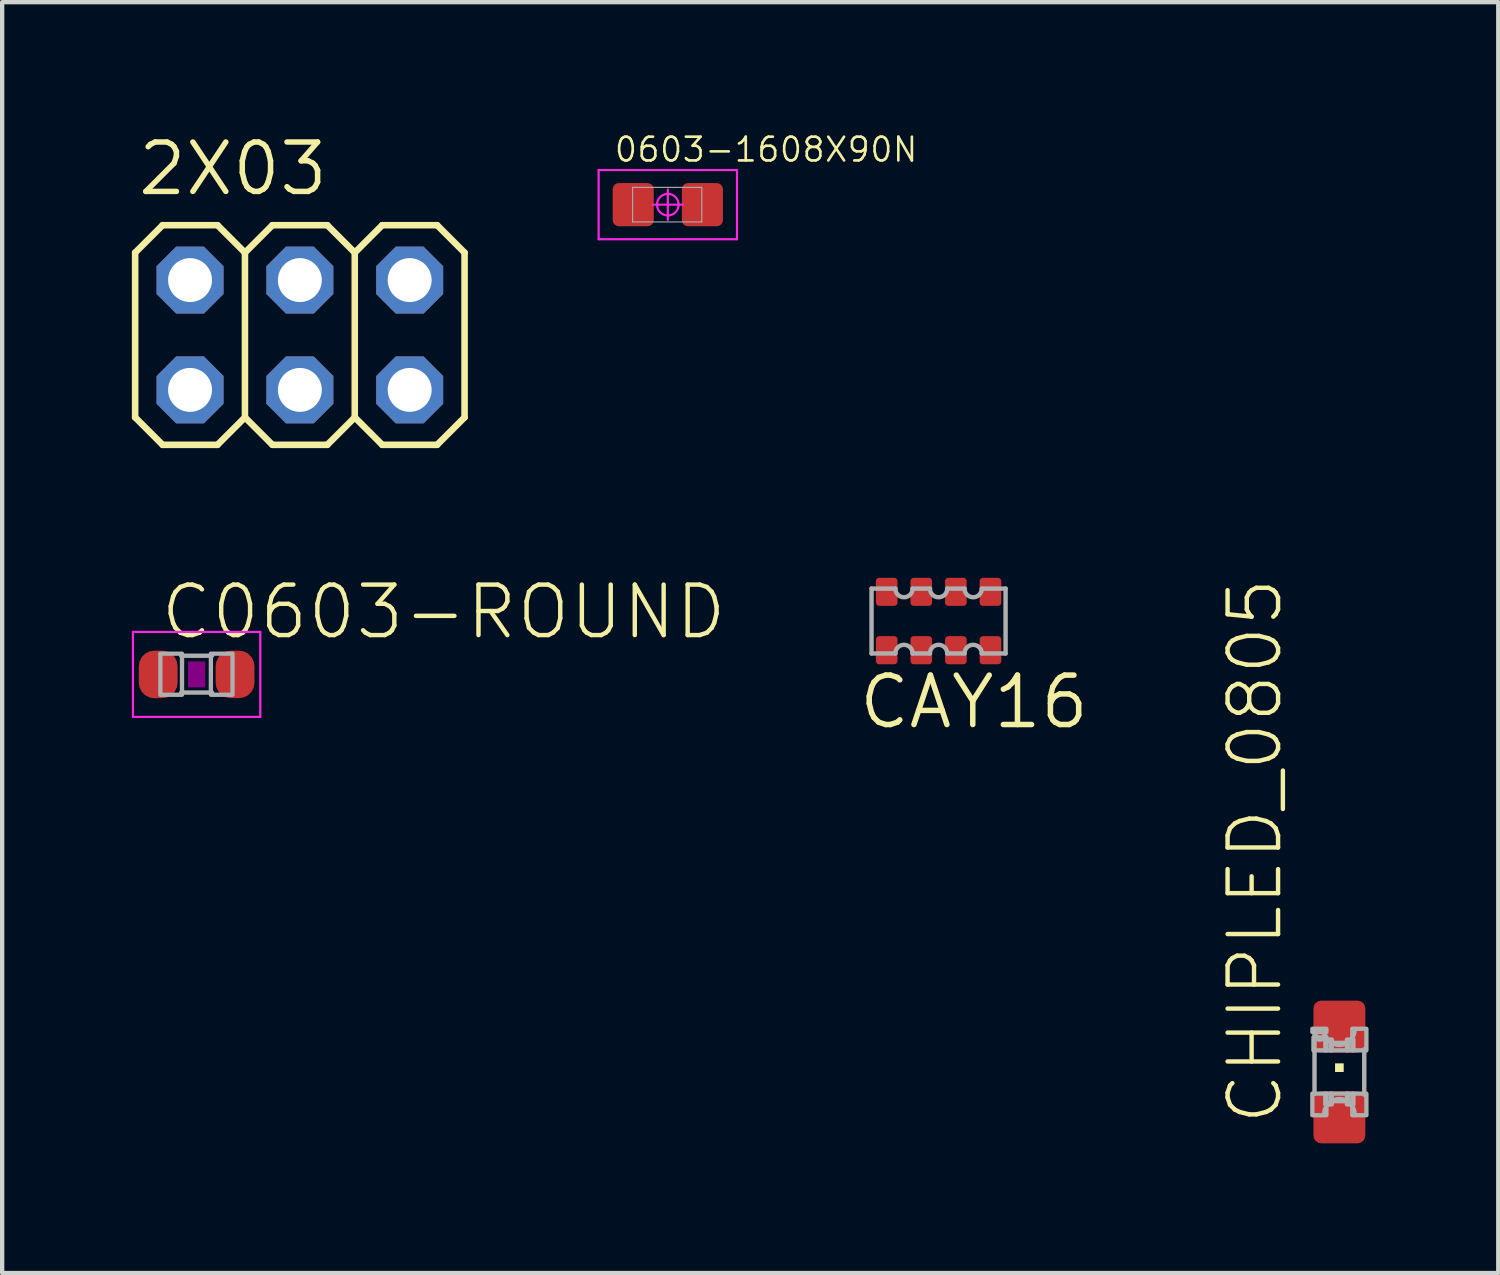
<source format=kicad_pcb>
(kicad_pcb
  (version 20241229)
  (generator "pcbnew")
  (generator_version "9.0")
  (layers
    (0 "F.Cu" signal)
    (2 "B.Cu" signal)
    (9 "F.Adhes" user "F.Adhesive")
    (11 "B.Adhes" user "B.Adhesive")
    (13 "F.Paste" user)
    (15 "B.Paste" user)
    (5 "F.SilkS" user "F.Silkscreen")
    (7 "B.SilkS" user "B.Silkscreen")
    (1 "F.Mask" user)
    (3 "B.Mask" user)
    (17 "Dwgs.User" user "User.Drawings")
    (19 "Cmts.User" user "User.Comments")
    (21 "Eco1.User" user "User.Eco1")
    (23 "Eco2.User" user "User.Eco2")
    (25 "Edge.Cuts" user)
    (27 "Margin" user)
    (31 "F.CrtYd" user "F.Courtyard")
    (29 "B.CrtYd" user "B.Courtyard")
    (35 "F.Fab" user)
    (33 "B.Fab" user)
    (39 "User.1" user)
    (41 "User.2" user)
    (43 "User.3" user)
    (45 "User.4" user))
  (footprint "2X03"
    (layer "F.Cu")
    (at 3.886 4.699)
    (property "Reference" "2X03" (at -3.81 -3.175 0) (layer "F.SilkS") (effects (font (size 1.143 1.143) (thickness 0.127)) (justify left bottom)))
    (fp_line (start -3.81 -1.905) (end -3.175 -2.54) (stroke (width 0.152) (type solid)) (layer "F.SilkS"))
    (fp_line (start -3.81 1.905) (end -3.81 -1.905) (stroke (width 0.152) (type solid)) (layer "F.SilkS"))
    (fp_line (start -3.81 1.905) (end -3.175 2.54) (stroke (width 0.152) (type solid)) (layer "F.SilkS"))
    (fp_line (start -3.175 -2.54) (end -1.905 -2.54) (stroke (width 0.152) (type solid)) (layer "F.SilkS"))
    (fp_line (start -3.175 2.54) (end -1.905 2.54) (stroke (width 0.152) (type solid)) (layer "F.SilkS"))
    (fp_line (start -1.905 -2.54) (end -1.27 -1.905) (stroke (width 0.152) (type solid)) (layer "F.SilkS"))
    (fp_line (start -1.905 2.54) (end -1.27 1.905) (stroke (width 0.152) (type solid)) (layer "F.SilkS"))
    (fp_line (start -1.27 -1.905) (end -1.27 1.905) (stroke (width 0.152) (type solid)) (layer "F.SilkS"))
    (fp_line (start -1.27 -1.905) (end -0.635 -2.54) (stroke (width 0.152) (type solid)) (layer "F.SilkS"))
    (fp_line (start -1.27 1.905) (end -0.635 2.54) (stroke (width 0.152) (type solid)) (layer "F.SilkS"))
    (fp_line (start -0.635 -2.54) (end 0.635 -2.54) (stroke (width 0.152) (type solid)) (layer "F.SilkS"))
    (fp_line (start -0.635 2.54) (end 0.635 2.54) (stroke (width 0.152) (type solid)) (layer "F.SilkS"))
    (fp_line (start 0.635 -2.54) (end 1.27 -1.905) (stroke (width 0.152) (type solid)) (layer "F.SilkS"))
    (fp_line (start 0.635 2.54) (end 1.27 1.905) (stroke (width 0.152) (type solid)) (layer "F.SilkS"))
    (fp_line (start 1.27 -1.905) (end 1.27 1.905) (stroke (width 0.152) (type solid)) (layer "F.SilkS"))
    (fp_line (start 1.27 -1.905) (end 1.905 -2.54) (stroke (width 0.152) (type solid)) (layer "F.SilkS"))
    (fp_line (start 1.27 1.905) (end 1.905 2.54) (stroke (width 0.152) (type solid)) (layer "F.SilkS"))
    (fp_line (start 1.905 -2.54) (end 3.175 -2.54) (stroke (width 0.152) (type solid)) (layer "F.SilkS"))
    (fp_line (start 1.905 2.54) (end 3.175 2.54) (stroke (width 0.152) (type solid)) (layer "F.SilkS"))
    (fp_line (start 3.175 -2.54) (end 3.81 -1.905) (stroke (width 0.152) (type solid)) (layer "F.SilkS"))
    (fp_line (start 3.175 2.54) (end 3.81 1.905) (stroke (width 0.152) (type solid)) (layer "F.SilkS"))
    (fp_line (start 3.81 -1.905) (end 3.81 1.905) (stroke (width 0.152) (type solid)) (layer "F.SilkS"))
    (fp_poly (pts (xy -2.794 -1.016) (xy -2.286 -1.016) (xy -2.286 -1.524) (xy -2.794 -1.524)) (stroke (width 0.1) (type solid)) (fill no) (layer "F.Fab"))
    (fp_poly (pts (xy -2.794 1.524) (xy -2.286 1.524) (xy -2.286 1.016) (xy -2.794 1.016)) (stroke (width 0.1) (type solid)) (fill no) (layer "F.Fab"))
    (fp_poly (pts (xy -0.254 -1.016) (xy 0.254 -1.016) (xy 0.254 -1.524) (xy -0.254 -1.524)) (stroke (width 0.1) (type solid)) (fill no) (layer "F.Fab"))
    (fp_poly (pts (xy -0.254 1.524) (xy 0.254 1.524) (xy 0.254 1.016) (xy -0.254 1.016)) (stroke (width 0.1) (type solid)) (fill no) (layer "F.Fab"))
    (fp_poly (pts (xy 2.286 -1.016) (xy 2.794 -1.016) (xy 2.794 -1.524) (xy 2.286 -1.524)) (stroke (width 0.1) (type solid)) (fill no) (layer "F.Fab"))
    (fp_poly (pts (xy 2.286 1.524) (xy 2.794 1.524) (xy 2.794 1.016) (xy 2.286 1.016)) (stroke (width 0.1) (type solid)) (fill no) (layer "F.Fab"))
    (pad "1" thru_hole roundrect (at -2.54 1.27) (size 1.55 1.55) (drill 1.016) (layers "*.Cu" "*.Mask") (roundrect_rratio 0.25) (chamfer_ratio 0.293) (chamfer top_left top_right bottom_left bottom_right))
    (pad "2" thru_hole roundrect (at -2.54 -1.27) (size 1.55 1.55) (drill 1.016) (layers "*.Cu" "*.Mask") (roundrect_rratio 0.25) (chamfer_ratio 0.293) (chamfer top_left top_right bottom_left bottom_right))
    (pad "3" thru_hole roundrect (at 0 1.27) (size 1.55 1.55) (drill 1.016) (layers "*.Cu" "*.Mask") (roundrect_rratio 0.25) (chamfer_ratio 0.293) (chamfer top_left top_right bottom_left bottom_right))
    (pad "4" thru_hole roundrect (at 0 -1.27) (size 1.55 1.55) (drill 1.016) (layers "*.Cu" "*.Mask") (roundrect_rratio 0.25) (chamfer_ratio 0.293) (chamfer top_left top_right bottom_left bottom_right))
    (pad "5" thru_hole roundrect (at 2.54 1.27) (size 1.55 1.55) (drill 1.016) (layers "*.Cu" "*.Mask") (roundrect_rratio 0.25) (chamfer_ratio 0.293) (chamfer top_left top_right bottom_left bottom_right))
    (pad "6" thru_hole roundrect (at 2.54 -1.27) (size 1.55 1.55) (drill 1.016) (layers "*.Cu" "*.Mask") (roundrect_rratio 0.25) (chamfer_ratio 0.293) (chamfer top_left top_right bottom_left bottom_right)))
  (footprint "0603-1608X90N"
    (layer "F.Cu")
    (at 12.397 1.684)
    (property "Reference" "0603-1608X90N" (at -1.27 -0.953 0) (layer "F.SilkS") (effects (font (size 0.549 0.549) (thickness 0.061)) (justify left bottom)))
    (fp_line (start -1.6 -0.8) (end -1.6 0.8) (stroke (width 0.05) (type solid)) (layer "F.CrtYd"))
    (fp_line (start -1.6 0.8) (end 1.6 0.8) (stroke (width 0.05) (type solid)) (layer "F.CrtYd"))
    (fp_line (start -0.35 0) (end 0.35 0) (stroke (width 0.05) (type solid)) (layer "F.CrtYd"))
    (fp_line (start 0 0.35) (end 0 -0.35) (stroke (width 0.05) (type solid)) (layer "F.CrtYd"))
    (fp_line (start 1.6 -0.8) (end -1.6 -0.8) (stroke (width 0.05) (type solid)) (layer "F.CrtYd"))
    (fp_line (start 1.6 0.8) (end 1.6 -0.8) (stroke (width 0.05) (type solid)) (layer "F.CrtYd"))
    (fp_circle (center 0 0) (end 0.25 0) (stroke (width 0.05) (type solid)) (fill no) (layer "F.CrtYd"))
    (fp_line (start -0.814 -0.4) (end -0.814 0.4) (stroke (width 0.025) (type solid)) (layer "F.Fab"))
    (fp_line (start -0.814 0.4) (end 0.786 0.4) (stroke (width 0.025) (type solid)) (layer "F.Fab"))
    (fp_line (start 0.786 -0.4) (end -0.814 -0.4) (stroke (width 0.025) (type solid)) (layer "F.Fab"))
    (fp_line (start 0.786 0.4) (end 0.786 -0.4) (stroke (width 0.025) (type solid)) (layer "F.Fab"))
    (pad "1" smd roundrect (at -0.8 0) (size 0.95 1) (layers "F.Cu" "F.Mask" "F.Paste") (roundrect_rratio 0.15))
    (pad "2" smd roundrect (at 0.8 0) (size 0.95 1) (layers "F.Cu" "F.Mask" "F.Paste") (roundrect_rratio 0.15)))
  (footprint "C0603-ROUND"
    (layer "F.Cu")
    (at 1.498 12.55)
    (property "Reference" "C0603-ROUND" (at -0.889 -0.762 0) (layer "F.SilkS") (effects (font (size 1.168 1.168) (thickness 0.102)) (justify left bottom)))
    (fp_poly (pts (xy -0.2 0.3) (xy 0.2 0.3) (xy 0.2 -0.3) (xy -0.2 -0.3)) (stroke (width 0) (type solid)) (fill yes) (layer "F.Adhes"))
    (fp_line (start -1.473 -0.983) (end 1.473 -0.983) (stroke (width 0.051) (type solid)) (layer "F.CrtYd"))
    (fp_line (start -1.473 0.983) (end -1.473 -0.983) (stroke (width 0.051) (type solid)) (layer "F.CrtYd"))
    (fp_line (start 1.473 -0.983) (end 1.473 0.983) (stroke (width 0.051) (type solid)) (layer "F.CrtYd"))
    (fp_line (start 1.473 0.983) (end -1.473 0.983) (stroke (width 0.051) (type solid)) (layer "F.CrtYd"))
    (fp_line (start -0.356 -0.432) (end 0.356 -0.432) (stroke (width 0.102) (type solid)) (layer "F.Fab"))
    (fp_line (start -0.356 0.419) (end 0.356 0.419) (stroke (width 0.102) (type solid)) (layer "F.Fab"))
    (fp_poly (pts (xy -0.838 0.47) (xy -0.338 0.47) (xy -0.338 -0.48) (xy -0.838 -0.48)) (stroke (width 0.1) (type solid)) (fill no) (layer "F.Fab"))
    (fp_poly (pts (xy 0.33 0.47) (xy 0.83 0.47) (xy 0.83 -0.48) (xy 0.33 -0.48)) (stroke (width 0.1) (type solid)) (fill no) (layer "F.Fab"))
    (pad "1" smd roundrect (at -0.889 0 90) (size 1.1 0.898) (layers "F.Cu" "F.Mask" "F.Paste") (roundrect_rratio 0.4))
    (pad "2" smd roundrect (at 0.889 0 90) (size 1.1 0.898) (layers "F.Cu" "F.Mask" "F.Paste") (roundrect_rratio 0.4)))
  (footprint "CAY16"
    (layer "F.Cu")
    (at 18.66 11.315)
    (property "Reference" "CAY16" (at -1.905 2.54 0) (layer "F.SilkS") (effects (font (size 1.143 1.143) (thickness 0.127)) (justify left bottom)))
    (fp_line (start -1.55 -0.75) (end -1 -0.75) (stroke (width 0.102) (type solid)) (layer "F.Fab"))
    (fp_line (start -1.55 0.75) (end -1.55 -0.75) (stroke (width 0.102) (type solid)) (layer "F.Fab"))
    (fp_line (start -1 0.75) (end -1.55 0.75) (stroke (width 0.102) (type solid)) (layer "F.Fab"))
    (fp_line (start -0.6 -0.75) (end -0.2 -0.75) (stroke (width 0.102) (type solid)) (layer "F.Fab"))
    (fp_line (start -0.2 0.75) (end -0.6 0.75) (stroke (width 0.102) (type solid)) (layer "F.Fab"))
    (fp_line (start 0.2 -0.75) (end 0.6 -0.75) (stroke (width 0.102) (type solid)) (layer "F.Fab"))
    (fp_line (start 0.6 0.75) (end 0.2 0.75) (stroke (width 0.102) (type solid)) (layer "F.Fab"))
    (fp_line (start 1 -0.75) (end 1.55 -0.75) (stroke (width 0.102) (type solid)) (layer "F.Fab"))
    (fp_line (start 1.55 -0.75) (end 1.55 0.75) (stroke (width 0.102) (type solid)) (layer "F.Fab"))
    (fp_line (start 1.55 0.75) (end 1 0.75) (stroke (width 0.102) (type solid)) (layer "F.Fab"))
    (fp_arc (start -1 0.75) (mid -0.8 0.55) (end -0.6 0.75) (stroke (width 0.1016) (type solid)) (layer "F.Fab"))
    (fp_arc (start -0.6 -0.75) (mid -0.8 -0.55) (end -1 -0.75) (stroke (width 0.1016) (type solid)) (layer "F.Fab"))
    (fp_arc (start -0.2 0.75) (mid 0 0.55) (end 0.2 0.75) (stroke (width 0.1016) (type solid)) (layer "F.Fab"))
    (fp_arc (start 0.2 -0.75) (mid 0 -0.55) (end -0.2 -0.75) (stroke (width 0.1016) (type solid)) (layer "F.Fab"))
    (fp_arc (start 0.6 0.75) (mid 0.8 0.55) (end 1 0.75) (stroke (width 0.1016) (type solid)) (layer "F.Fab"))
    (fp_arc (start 1 -0.75) (mid 0.8 -0.55) (end 0.6 -0.75) (stroke (width 0.1016) (type solid)) (layer "F.Fab"))
    (pad "1" smd roundrect (at -1.2 0.675) (size 0.5 0.65) (layers "F.Cu" "F.Mask" "F.Paste") (roundrect_rratio 0.152))
    (pad "2" smd roundrect (at -0.4 0.675) (size 0.5 0.65) (layers "F.Cu" "F.Mask" "F.Paste") (roundrect_rratio 0.152))
    (pad "3" smd roundrect (at 0.4 0.675) (size 0.5 0.65) (layers "F.Cu" "F.Mask" "F.Paste") (roundrect_rratio 0.152))
    (pad "4" smd roundrect (at 1.2 0.675) (size 0.5 0.65) (layers "F.Cu" "F.Mask" "F.Paste") (roundrect_rratio 0.152))
    (pad "5" smd roundrect (at 1.2 -0.675) (size 0.5 0.65) (layers "F.Cu" "F.Mask" "F.Paste") (roundrect_rratio 0.152))
    (pad "6" smd roundrect (at 0.4 -0.675) (size 0.5 0.65) (layers "F.Cu" "F.Mask" "F.Paste") (roundrect_rratio 0.152))
    (pad "7" smd roundrect (at -0.4 -0.675) (size 0.5 0.65) (layers "F.Cu" "F.Mask" "F.Paste") (roundrect_rratio 0.152))
    (pad "8" smd roundrect (at -1.2 -0.675) (size 0.5 0.65) (layers "F.Cu" "F.Mask" "F.Paste") (roundrect_rratio 0.152)))
  (footprint "CHIPLED_0805"
    (layer "F.Cu")
    (at 27.931 21.746)
    (property "Reference" "CHIPLED_0805" (at -1.27 1.27 90) (layer "F.SilkS") (effects (font (size 1.168 1.168) (thickness 0.102)) (justify left bottom)))
    (fp_poly (pts (xy -0.1 0) (xy 0.1 0) (xy 0.1 -0.2) (xy -0.1 -0.2)) (stroke (width 0) (type solid)) (fill yes) (layer "F.SilkS"))
    (fp_line (start -0.575 0.5) (end -0.575 -0.925) (stroke (width 0.102) (type solid)) (layer "F.Fab"))
    (fp_line (start 0.575 -0.525) (end 0.575 0.525) (stroke (width 0.102) (type solid)) (layer "F.Fab"))
    (fp_arc (start -0.35 0.925) (mid -0.000001 0.625027) (end 0.35 0.924998) (stroke (width 0.1016) (type solid)) (layer "F.Fab"))
    (fp_arc (start 0.35 -0.924998) (mid -0.000001 -0.625027) (end -0.35 -0.925) (stroke (width 0.1016) (type solid)) (layer "F.Fab"))
    (fp_circle (center -0.45 -0.85) (end -0.347 -0.85) (stroke (width 0.102) (type solid)) (fill no) (layer "F.Fab"))
    (fp_poly (pts (xy -0.625 -0.925) (xy -0.3 -0.925) (xy -0.3 -1) (xy -0.625 -1)) (stroke (width 0.1) (type solid)) (fill no) (layer "F.Fab"))
    (fp_poly (pts (xy -0.625 1) (xy -0.3 1) (xy -0.3 0.5) (xy -0.625 0.5)) (stroke (width 0.1) (type solid)) (fill no) (layer "F.Fab"))
    (fp_poly (pts (xy -0.6 -0.5) (xy -0.3 -0.5) (xy -0.3 -0.8) (xy -0.6 -0.8)) (stroke (width 0.1) (type solid)) (fill no) (layer "F.Fab"))
    (fp_poly (pts (xy -0.325 -0.5) (xy -0.175 -0.5) (xy -0.175 -0.75) (xy -0.325 -0.75)) (stroke (width 0.1) (type solid)) (fill no) (layer "F.Fab"))
    (fp_poly (pts (xy -0.325 0.75) (xy -0.175 0.75) (xy -0.175 0.5) (xy -0.325 0.5)) (stroke (width 0.1) (type solid)) (fill no) (layer "F.Fab"))
    (fp_poly (pts (xy -0.2 -0.5) (xy 0.2 -0.5) (xy 0.2 -0.675) (xy -0.2 -0.675)) (stroke (width 0.1) (type solid)) (fill no) (layer "F.Fab"))
    (fp_poly (pts (xy -0.2 0.675) (xy 0.2 0.675) (xy 0.2 0.5) (xy -0.2 0.5)) (stroke (width 0.1) (type solid)) (fill no) (layer "F.Fab"))
    (fp_poly (pts (xy 0.175 -0.5) (xy 0.325 -0.5) (xy 0.325 -0.75) (xy 0.175 -0.75)) (stroke (width 0.1) (type solid)) (fill no) (layer "F.Fab"))
    (fp_poly (pts (xy 0.175 0.75) (xy 0.325 0.75) (xy 0.325 0.5) (xy 0.175 0.5)) (stroke (width 0.1) (type solid)) (fill no) (layer "F.Fab"))
    (fp_poly (pts (xy 0.3 -0.5) (xy 0.625 -0.5) (xy 0.625 -1) (xy 0.3 -1)) (stroke (width 0.1) (type solid)) (fill no) (layer "F.Fab"))
    (fp_poly (pts (xy 0.3 1) (xy 0.625 1) (xy 0.625 0.5) (xy 0.3 0.5)) (stroke (width 0.1) (type solid)) (fill no) (layer "F.Fab"))
    (pad "A" smd roundrect (at 0 1.05) (size 1.2 1.2) (layers "F.Cu" "F.Mask" "F.Paste") (roundrect_rratio 0.15))
    (pad "C" smd roundrect (at 0 -1.05) (size 1.2 1.2) (layers "F.Cu" "F.Mask" "F.Paste") (roundrect_rratio 0.15)))
  (gr_rect
    (start -3 -3)
    (end 31.606 26.396)
    (stroke (width 0.1) (type default))
    (fill no)
    (layer "Edge.Cuts")))
</source>
